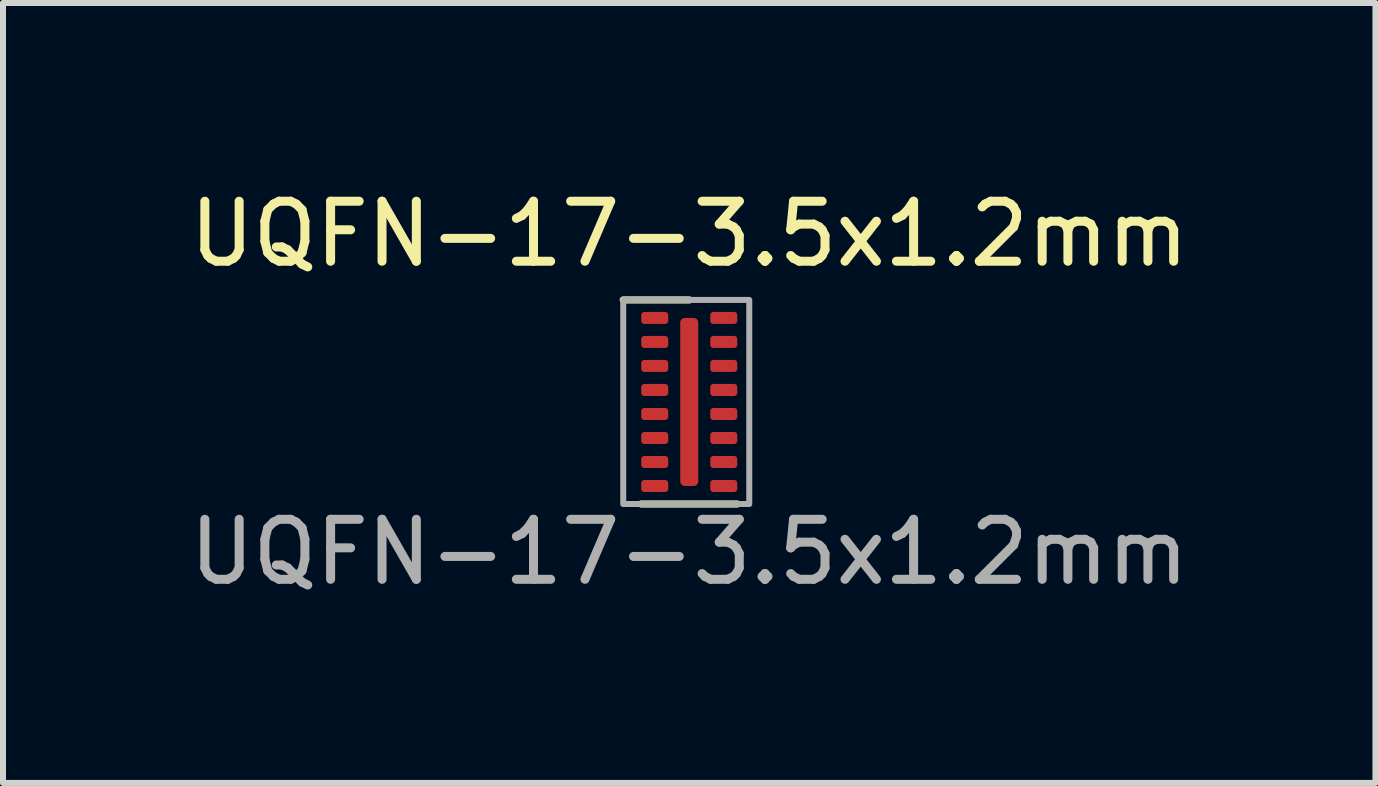
<source format=kicad_pcb>
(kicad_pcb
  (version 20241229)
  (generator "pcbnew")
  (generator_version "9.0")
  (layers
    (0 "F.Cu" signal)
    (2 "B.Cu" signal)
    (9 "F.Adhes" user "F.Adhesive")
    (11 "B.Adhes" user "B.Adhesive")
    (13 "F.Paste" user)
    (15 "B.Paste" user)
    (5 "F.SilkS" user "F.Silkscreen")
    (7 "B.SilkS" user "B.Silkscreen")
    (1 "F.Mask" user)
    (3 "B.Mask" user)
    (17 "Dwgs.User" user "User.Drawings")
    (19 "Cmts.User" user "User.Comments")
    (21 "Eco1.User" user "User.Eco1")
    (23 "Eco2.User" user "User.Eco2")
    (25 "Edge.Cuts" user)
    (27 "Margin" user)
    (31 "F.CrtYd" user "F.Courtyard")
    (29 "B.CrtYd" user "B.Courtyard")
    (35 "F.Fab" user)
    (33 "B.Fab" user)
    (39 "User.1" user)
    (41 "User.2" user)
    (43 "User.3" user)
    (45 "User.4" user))
  (footprint "UQFN-17-3.5x1.2mm"
    (layer "F.Cu")
    (at 8.435 3.648)
    (property "Reference" "UQFN-17-3.5x1.2mm" (at 0 -2.8 0) (unlocked yes) (layer "F.SilkS") (effects (font (size 1 1) (thickness 0.15))))
    (attr smd)
    (fp_line (start -0.8 1.7) (end 0.8 1.7) (stroke (width 0.12) (type default)) (layer "F.SilkS"))
    (fp_line (start 0 -1.7) (end -1.1 -1.7) (stroke (width 0.12) (type default)) (layer "F.SilkS"))
    (fp_rect (start -1.1 -1.7) (end 1 1.7) (stroke (width 0.1) (type default)) (fill no) (layer "F.Fab"))
    (fp_text user "${REFERENCE}" (at 0 2.5 0) (unlocked yes) (layer "F.Fab") (effects (font (size 1 1) (thickness 0.15))))
    (pad "1" smd roundrect (at -0.575 -1.4) (size 0.45 0.2) (layers "F.Cu" "F.Mask" "F.Paste") (roundrect_rratio 0.25))
    (pad "2" smd roundrect (at -0.575 -1) (size 0.45 0.2) (layers "F.Cu" "F.Mask" "F.Paste") (roundrect_rratio 0.25))
    (pad "3" smd roundrect (at -0.575 -0.6) (size 0.45 0.2) (layers "F.Cu" "F.Mask" "F.Paste") (roundrect_rratio 0.25))
    (pad "4" smd roundrect (at -0.575 -0.2) (size 0.45 0.2) (layers "F.Cu" "F.Mask" "F.Paste") (roundrect_rratio 0.25))
    (pad "5" smd roundrect (at -0.575 0.2) (size 0.45 0.2) (layers "F.Cu" "F.Mask" "F.Paste") (roundrect_rratio 0.25))
    (pad "6" smd roundrect (at -0.575 0.6) (size 0.45 0.2) (layers "F.Cu" "F.Mask" "F.Paste") (roundrect_rratio 0.25))
    (pad "7" smd roundrect (at -0.575 1) (size 0.45 0.2) (layers "F.Cu" "F.Mask" "F.Paste") (roundrect_rratio 0.25))
    (pad "8" smd roundrect (at -0.575 1.4) (size 0.45 0.2) (layers "F.Cu" "F.Mask" "F.Paste") (roundrect_rratio 0.25))
    (pad "9" smd roundrect (at 0.575 1.4) (size 0.45 0.2) (layers "F.Cu" "F.Mask" "F.Paste") (roundrect_rratio 0.25))
    (pad "10" smd roundrect (at 0.575 1) (size 0.45 0.2) (layers "F.Cu" "F.Mask" "F.Paste") (roundrect_rratio 0.25))
    (pad "11" smd roundrect (at 0.575 0.6) (size 0.45 0.2) (layers "F.Cu" "F.Mask" "F.Paste") (roundrect_rratio 0.25))
    (pad "12" smd roundrect (at 0.575 0.2) (size 0.45 0.2) (layers "F.Cu" "F.Mask" "F.Paste") (roundrect_rratio 0.25))
    (pad "13" smd roundrect (at 0.575 -0.2) (size 0.45 0.2) (layers "F.Cu" "F.Mask" "F.Paste") (roundrect_rratio 0.25))
    (pad "14" smd roundrect (at 0.575 -0.6) (size 0.45 0.2) (layers "F.Cu" "F.Mask" "F.Paste") (roundrect_rratio 0.25))
    (pad "15" smd roundrect (at 0.575 -1) (size 0.45 0.2) (layers "F.Cu" "F.Mask" "F.Paste") (roundrect_rratio 0.25))
    (pad "16" smd roundrect (at 0.575 -1.4) (size 0.45 0.2) (layers "F.Cu" "F.Mask" "F.Paste") (roundrect_rratio 0.25))
    (pad "17" smd roundrect (at 0 0) (size 0.3 2.8) (layers "F.Cu" "F.Mask" "F.Paste") (roundrect_rratio 0.25)))
  (gr_rect
    (start -3 -3)
    (end 19.869 9.996)
    (stroke (width 0.1) (type default))
    (fill no)
    (layer "Edge.Cuts")))
</source>
